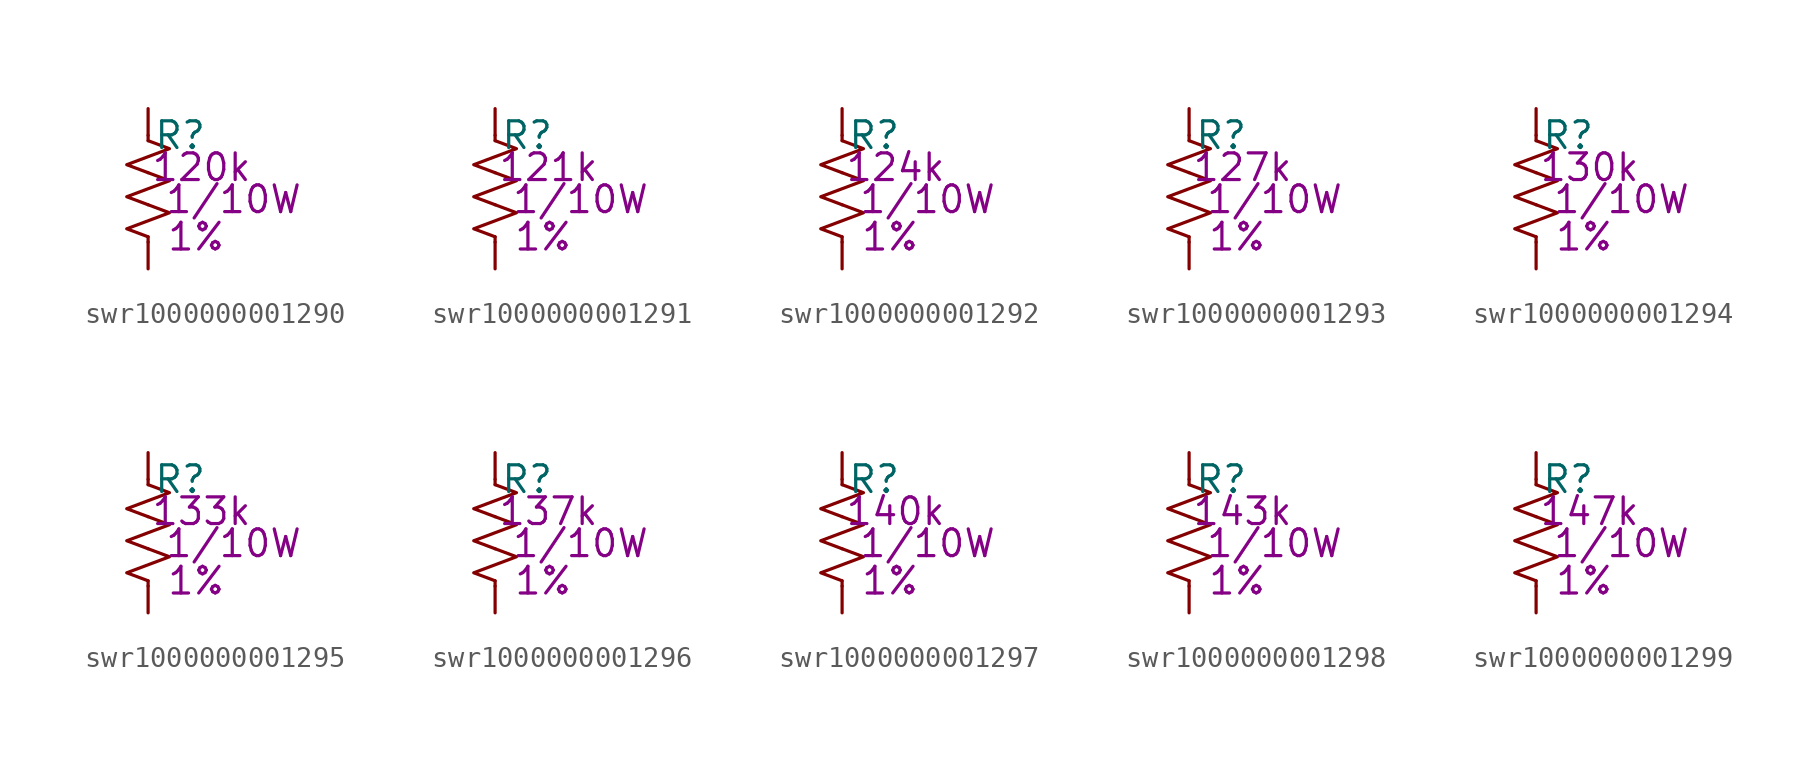
<source format=kicad_sym>
(kicad_symbol_lib
  (version 20211014)
  (generator kicad_symbol_editor)
  (symbol "swr1000000001290"
    (pin_numbers hide)
    (pin_names
      (offset 1.016))
    (property "Reference" "R"
      (at 1.524 2.54 0)
      (effects (font (size 1.27 1.27))))
    (property "PartValue" "120k"
      (at 2.54 1.016 0)
      (effects (font (size 1.27 1.27))))
    (property "Tolerance" "1%"
      (at 2.286 -2.286 0)
      (effects (font (size 1.27 1.27))))
    (property "Wattage" "1/10W"
      (at 4.064 -0.508 0)
      (effects (font (size 1.27 1.27))))
    (symbol "swr1000000001290_1_1"
      (polyline (pts (xy 0 -2.286) (xy 0 -2.54)) (stroke (width 0) (type default) (color 0 0 0 0)) (fill (type none)))
      (polyline (pts (xy 0 2.286) (xy 0 2.54)) (stroke (width 0) (type default) (color 0 0 0 0)) (fill (type none)))
      (polyline (pts (xy 0 -0.762) (xy 1.016 -1.143) (xy 0 -1.524) (xy -1.016 -1.905) (xy 0 -2.286)) (stroke (width 0) (type default) (color 0 0 0 0)) (fill (type none)))
      (polyline (pts (xy 0 0.762) (xy 1.016 0.381) (xy 0 0) (xy -1.016 -0.381) (xy 0 -0.762)) (stroke (width 0) (type default) (color 0 0 0 0)) (fill (type none)))
      (polyline (pts (xy 0 2.286) (xy 1.016 1.905) (xy 0 1.524) (xy -1.016 1.143) (xy 0 0.762)) (stroke (width 0) (type default) (color 0 0 0 0)) (fill (type none)))
      (pin passive line (at 0 3.81 270) (length 1.27) (name "~" (effects (font (size 1.27 1.27)))) (number "1" (effects (font (size 1.27 1.27)))))
      (pin passive line (at 0 -3.81 90) (length 1.27) (name "~" (effects (font (size 1.27 1.27)))) (number "2" (effects (font (size 1.27 1.27)))))))
  (symbol "swr1000000001291"
    (pin_numbers hide)
    (pin_names
      (offset 1.016))
    (property "Reference" "R"
      (at 1.524 2.54 0)
      (effects (font (size 1.27 1.27))))
    (property "PartValue" "121k"
      (at 2.54 1.016 0)
      (effects (font (size 1.27 1.27))))
    (property "Tolerance" "1%"
      (at 2.286 -2.286 0)
      (effects (font (size 1.27 1.27))))
    (property "Wattage" "1/10W"
      (at 4.064 -0.508 0)
      (effects (font (size 1.27 1.27))))
    (symbol "swr1000000001291_1_1"
      (polyline (pts (xy 0 -2.286) (xy 0 -2.54)) (stroke (width 0) (type default) (color 0 0 0 0)) (fill (type none)))
      (polyline (pts (xy 0 2.286) (xy 0 2.54)) (stroke (width 0) (type default) (color 0 0 0 0)) (fill (type none)))
      (polyline (pts (xy 0 -0.762) (xy 1.016 -1.143) (xy 0 -1.524) (xy -1.016 -1.905) (xy 0 -2.286)) (stroke (width 0) (type default) (color 0 0 0 0)) (fill (type none)))
      (polyline (pts (xy 0 0.762) (xy 1.016 0.381) (xy 0 0) (xy -1.016 -0.381) (xy 0 -0.762)) (stroke (width 0) (type default) (color 0 0 0 0)) (fill (type none)))
      (polyline (pts (xy 0 2.286) (xy 1.016 1.905) (xy 0 1.524) (xy -1.016 1.143) (xy 0 0.762)) (stroke (width 0) (type default) (color 0 0 0 0)) (fill (type none)))
      (pin passive line (at 0 3.81 270) (length 1.27) (name "~" (effects (font (size 1.27 1.27)))) (number "1" (effects (font (size 1.27 1.27)))))
      (pin passive line (at 0 -3.81 90) (length 1.27) (name "~" (effects (font (size 1.27 1.27)))) (number "2" (effects (font (size 1.27 1.27)))))))
  (symbol "swr1000000001292"
    (pin_numbers hide)
    (pin_names
      (offset 1.016))
    (property "Reference" "R"
      (at 1.524 2.54 0)
      (effects (font (size 1.27 1.27))))
    (property "PartValue" "124k"
      (at 2.54 1.016 0)
      (effects (font (size 1.27 1.27))))
    (property "Tolerance" "1%"
      (at 2.286 -2.286 0)
      (effects (font (size 1.27 1.27))))
    (property "Wattage" "1/10W"
      (at 4.064 -0.508 0)
      (effects (font (size 1.27 1.27))))
    (symbol "swr1000000001292_1_1"
      (polyline (pts (xy 0 -2.286) (xy 0 -2.54)) (stroke (width 0) (type default) (color 0 0 0 0)) (fill (type none)))
      (polyline (pts (xy 0 2.286) (xy 0 2.54)) (stroke (width 0) (type default) (color 0 0 0 0)) (fill (type none)))
      (polyline (pts (xy 0 -0.762) (xy 1.016 -1.143) (xy 0 -1.524) (xy -1.016 -1.905) (xy 0 -2.286)) (stroke (width 0) (type default) (color 0 0 0 0)) (fill (type none)))
      (polyline (pts (xy 0 0.762) (xy 1.016 0.381) (xy 0 0) (xy -1.016 -0.381) (xy 0 -0.762)) (stroke (width 0) (type default) (color 0 0 0 0)) (fill (type none)))
      (polyline (pts (xy 0 2.286) (xy 1.016 1.905) (xy 0 1.524) (xy -1.016 1.143) (xy 0 0.762)) (stroke (width 0) (type default) (color 0 0 0 0)) (fill (type none)))
      (pin passive line (at 0 3.81 270) (length 1.27) (name "~" (effects (font (size 1.27 1.27)))) (number "1" (effects (font (size 1.27 1.27)))))
      (pin passive line (at 0 -3.81 90) (length 1.27) (name "~" (effects (font (size 1.27 1.27)))) (number "2" (effects (font (size 1.27 1.27)))))))
  (symbol "swr1000000001293"
    (pin_numbers hide)
    (pin_names
      (offset 1.016))
    (property "Reference" "R"
      (at 1.524 2.54 0)
      (effects (font (size 1.27 1.27))))
    (property "PartValue" "127k"
      (at 2.54 1.016 0)
      (effects (font (size 1.27 1.27))))
    (property "Tolerance" "1%"
      (at 2.286 -2.286 0)
      (effects (font (size 1.27 1.27))))
    (property "Wattage" "1/10W"
      (at 4.064 -0.508 0)
      (effects (font (size 1.27 1.27))))
    (symbol "swr1000000001293_1_1"
      (polyline (pts (xy 0 -2.286) (xy 0 -2.54)) (stroke (width 0) (type default) (color 0 0 0 0)) (fill (type none)))
      (polyline (pts (xy 0 2.286) (xy 0 2.54)) (stroke (width 0) (type default) (color 0 0 0 0)) (fill (type none)))
      (polyline (pts (xy 0 -0.762) (xy 1.016 -1.143) (xy 0 -1.524) (xy -1.016 -1.905) (xy 0 -2.286)) (stroke (width 0) (type default) (color 0 0 0 0)) (fill (type none)))
      (polyline (pts (xy 0 0.762) (xy 1.016 0.381) (xy 0 0) (xy -1.016 -0.381) (xy 0 -0.762)) (stroke (width 0) (type default) (color 0 0 0 0)) (fill (type none)))
      (polyline (pts (xy 0 2.286) (xy 1.016 1.905) (xy 0 1.524) (xy -1.016 1.143) (xy 0 0.762)) (stroke (width 0) (type default) (color 0 0 0 0)) (fill (type none)))
      (pin passive line (at 0 3.81 270) (length 1.27) (name "~" (effects (font (size 1.27 1.27)))) (number "1" (effects (font (size 1.27 1.27)))))
      (pin passive line (at 0 -3.81 90) (length 1.27) (name "~" (effects (font (size 1.27 1.27)))) (number "2" (effects (font (size 1.27 1.27)))))))
  (symbol "swr1000000001294"
    (pin_numbers hide)
    (pin_names
      (offset 1.016))
    (property "Reference" "R"
      (at 1.524 2.54 0)
      (effects (font (size 1.27 1.27))))
    (property "PartValue" "130k"
      (at 2.54 1.016 0)
      (effects (font (size 1.27 1.27))))
    (property "Tolerance" "1%"
      (at 2.286 -2.286 0)
      (effects (font (size 1.27 1.27))))
    (property "Wattage" "1/10W"
      (at 4.064 -0.508 0)
      (effects (font (size 1.27 1.27))))
    (symbol "swr1000000001294_1_1"
      (polyline (pts (xy 0 -2.286) (xy 0 -2.54)) (stroke (width 0) (type default) (color 0 0 0 0)) (fill (type none)))
      (polyline (pts (xy 0 2.286) (xy 0 2.54)) (stroke (width 0) (type default) (color 0 0 0 0)) (fill (type none)))
      (polyline (pts (xy 0 -0.762) (xy 1.016 -1.143) (xy 0 -1.524) (xy -1.016 -1.905) (xy 0 -2.286)) (stroke (width 0) (type default) (color 0 0 0 0)) (fill (type none)))
      (polyline (pts (xy 0 0.762) (xy 1.016 0.381) (xy 0 0) (xy -1.016 -0.381) (xy 0 -0.762)) (stroke (width 0) (type default) (color 0 0 0 0)) (fill (type none)))
      (polyline (pts (xy 0 2.286) (xy 1.016 1.905) (xy 0 1.524) (xy -1.016 1.143) (xy 0 0.762)) (stroke (width 0) (type default) (color 0 0 0 0)) (fill (type none)))
      (pin passive line (at 0 3.81 270) (length 1.27) (name "~" (effects (font (size 1.27 1.27)))) (number "1" (effects (font (size 1.27 1.27)))))
      (pin passive line (at 0 -3.81 90) (length 1.27) (name "~" (effects (font (size 1.27 1.27)))) (number "2" (effects (font (size 1.27 1.27)))))))
  (symbol "swr1000000001295"
    (pin_numbers hide)
    (pin_names
      (offset 1.016))
    (property "Reference" "R"
      (at 1.524 2.54 0)
      (effects (font (size 1.27 1.27))))
    (property "PartValue" "133k"
      (at 2.54 1.016 0)
      (effects (font (size 1.27 1.27))))
    (property "Tolerance" "1%"
      (at 2.286 -2.286 0)
      (effects (font (size 1.27 1.27))))
    (property "Wattage" "1/10W"
      (at 4.064 -0.508 0)
      (effects (font (size 1.27 1.27))))
    (symbol "swr1000000001295_1_1"
      (polyline (pts (xy 0 -2.286) (xy 0 -2.54)) (stroke (width 0) (type default) (color 0 0 0 0)) (fill (type none)))
      (polyline (pts (xy 0 2.286) (xy 0 2.54)) (stroke (width 0) (type default) (color 0 0 0 0)) (fill (type none)))
      (polyline (pts (xy 0 -0.762) (xy 1.016 -1.143) (xy 0 -1.524) (xy -1.016 -1.905) (xy 0 -2.286)) (stroke (width 0) (type default) (color 0 0 0 0)) (fill (type none)))
      (polyline (pts (xy 0 0.762) (xy 1.016 0.381) (xy 0 0) (xy -1.016 -0.381) (xy 0 -0.762)) (stroke (width 0) (type default) (color 0 0 0 0)) (fill (type none)))
      (polyline (pts (xy 0 2.286) (xy 1.016 1.905) (xy 0 1.524) (xy -1.016 1.143) (xy 0 0.762)) (stroke (width 0) (type default) (color 0 0 0 0)) (fill (type none)))
      (pin passive line (at 0 3.81 270) (length 1.27) (name "~" (effects (font (size 1.27 1.27)))) (number "1" (effects (font (size 1.27 1.27)))))
      (pin passive line (at 0 -3.81 90) (length 1.27) (name "~" (effects (font (size 1.27 1.27)))) (number "2" (effects (font (size 1.27 1.27)))))))
  (symbol "swr1000000001296"
    (pin_numbers hide)
    (pin_names
      (offset 1.016))
    (property "Reference" "R"
      (at 1.524 2.54 0)
      (effects (font (size 1.27 1.27))))
    (property "PartValue" "137k"
      (at 2.54 1.016 0)
      (effects (font (size 1.27 1.27))))
    (property "Tolerance" "1%"
      (at 2.286 -2.286 0)
      (effects (font (size 1.27 1.27))))
    (property "Wattage" "1/10W"
      (at 4.064 -0.508 0)
      (effects (font (size 1.27 1.27))))
    (symbol "swr1000000001296_1_1"
      (polyline (pts (xy 0 -2.286) (xy 0 -2.54)) (stroke (width 0) (type default) (color 0 0 0 0)) (fill (type none)))
      (polyline (pts (xy 0 2.286) (xy 0 2.54)) (stroke (width 0) (type default) (color 0 0 0 0)) (fill (type none)))
      (polyline (pts (xy 0 -0.762) (xy 1.016 -1.143) (xy 0 -1.524) (xy -1.016 -1.905) (xy 0 -2.286)) (stroke (width 0) (type default) (color 0 0 0 0)) (fill (type none)))
      (polyline (pts (xy 0 0.762) (xy 1.016 0.381) (xy 0 0) (xy -1.016 -0.381) (xy 0 -0.762)) (stroke (width 0) (type default) (color 0 0 0 0)) (fill (type none)))
      (polyline (pts (xy 0 2.286) (xy 1.016 1.905) (xy 0 1.524) (xy -1.016 1.143) (xy 0 0.762)) (stroke (width 0) (type default) (color 0 0 0 0)) (fill (type none)))
      (pin passive line (at 0 3.81 270) (length 1.27) (name "~" (effects (font (size 1.27 1.27)))) (number "1" (effects (font (size 1.27 1.27)))))
      (pin passive line (at 0 -3.81 90) (length 1.27) (name "~" (effects (font (size 1.27 1.27)))) (number "2" (effects (font (size 1.27 1.27)))))))
  (symbol "swr1000000001297"
    (pin_numbers hide)
    (pin_names
      (offset 1.016))
    (property "Reference" "R"
      (at 1.524 2.54 0)
      (effects (font (size 1.27 1.27))))
    (property "PartValue" "140k"
      (at 2.54 1.016 0)
      (effects (font (size 1.27 1.27))))
    (property "Tolerance" "1%"
      (at 2.286 -2.286 0)
      (effects (font (size 1.27 1.27))))
    (property "Wattage" "1/10W"
      (at 4.064 -0.508 0)
      (effects (font (size 1.27 1.27))))
    (symbol "swr1000000001297_1_1"
      (polyline (pts (xy 0 -2.286) (xy 0 -2.54)) (stroke (width 0) (type default) (color 0 0 0 0)) (fill (type none)))
      (polyline (pts (xy 0 2.286) (xy 0 2.54)) (stroke (width 0) (type default) (color 0 0 0 0)) (fill (type none)))
      (polyline (pts (xy 0 -0.762) (xy 1.016 -1.143) (xy 0 -1.524) (xy -1.016 -1.905) (xy 0 -2.286)) (stroke (width 0) (type default) (color 0 0 0 0)) (fill (type none)))
      (polyline (pts (xy 0 0.762) (xy 1.016 0.381) (xy 0 0) (xy -1.016 -0.381) (xy 0 -0.762)) (stroke (width 0) (type default) (color 0 0 0 0)) (fill (type none)))
      (polyline (pts (xy 0 2.286) (xy 1.016 1.905) (xy 0 1.524) (xy -1.016 1.143) (xy 0 0.762)) (stroke (width 0) (type default) (color 0 0 0 0)) (fill (type none)))
      (pin passive line (at 0 3.81 270) (length 1.27) (name "~" (effects (font (size 1.27 1.27)))) (number "1" (effects (font (size 1.27 1.27)))))
      (pin passive line (at 0 -3.81 90) (length 1.27) (name "~" (effects (font (size 1.27 1.27)))) (number "2" (effects (font (size 1.27 1.27)))))))
  (symbol "swr1000000001298"
    (pin_numbers hide)
    (pin_names
      (offset 1.016))
    (property "Reference" "R"
      (at 1.524 2.54 0)
      (effects (font (size 1.27 1.27))))
    (property "PartValue" "143k"
      (at 2.54 1.016 0)
      (effects (font (size 1.27 1.27))))
    (property "Tolerance" "1%"
      (at 2.286 -2.286 0)
      (effects (font (size 1.27 1.27))))
    (property "Wattage" "1/10W"
      (at 4.064 -0.508 0)
      (effects (font (size 1.27 1.27))))
    (symbol "swr1000000001298_1_1"
      (polyline (pts (xy 0 -2.286) (xy 0 -2.54)) (stroke (width 0) (type default) (color 0 0 0 0)) (fill (type none)))
      (polyline (pts (xy 0 2.286) (xy 0 2.54)) (stroke (width 0) (type default) (color 0 0 0 0)) (fill (type none)))
      (polyline (pts (xy 0 -0.762) (xy 1.016 -1.143) (xy 0 -1.524) (xy -1.016 -1.905) (xy 0 -2.286)) (stroke (width 0) (type default) (color 0 0 0 0)) (fill (type none)))
      (polyline (pts (xy 0 0.762) (xy 1.016 0.381) (xy 0 0) (xy -1.016 -0.381) (xy 0 -0.762)) (stroke (width 0) (type default) (color 0 0 0 0)) (fill (type none)))
      (polyline (pts (xy 0 2.286) (xy 1.016 1.905) (xy 0 1.524) (xy -1.016 1.143) (xy 0 0.762)) (stroke (width 0) (type default) (color 0 0 0 0)) (fill (type none)))
      (pin passive line (at 0 3.81 270) (length 1.27) (name "~" (effects (font (size 1.27 1.27)))) (number "1" (effects (font (size 1.27 1.27)))))
      (pin passive line (at 0 -3.81 90) (length 1.27) (name "~" (effects (font (size 1.27 1.27)))) (number "2" (effects (font (size 1.27 1.27)))))))
  (symbol "swr1000000001299"
    (pin_numbers hide)
    (pin_names
      (offset 1.016))
    (property "Reference" "R"
      (at 1.524 2.54 0)
      (effects (font (size 1.27 1.27))))
    (property "PartValue" "147k"
      (at 2.54 1.016 0)
      (effects (font (size 1.27 1.27))))
    (property "Tolerance" "1%"
      (at 2.286 -2.286 0)
      (effects (font (size 1.27 1.27))))
    (property "Wattage" "1/10W"
      (at 4.064 -0.508 0)
      (effects (font (size 1.27 1.27))))
    (symbol "swr1000000001299_1_1"
      (polyline (pts (xy 0 -2.286) (xy 0 -2.54)) (stroke (width 0) (type default) (color 0 0 0 0)) (fill (type none)))
      (polyline (pts (xy 0 2.286) (xy 0 2.54)) (stroke (width 0) (type default) (color 0 0 0 0)) (fill (type none)))
      (polyline (pts (xy 0 -0.762) (xy 1.016 -1.143) (xy 0 -1.524) (xy -1.016 -1.905) (xy 0 -2.286)) (stroke (width 0) (type default) (color 0 0 0 0)) (fill (type none)))
      (polyline (pts (xy 0 0.762) (xy 1.016 0.381) (xy 0 0) (xy -1.016 -0.381) (xy 0 -0.762)) (stroke (width 0) (type default) (color 0 0 0 0)) (fill (type none)))
      (polyline (pts (xy 0 2.286) (xy 1.016 1.905) (xy 0 1.524) (xy -1.016 1.143) (xy 0 0.762)) (stroke (width 0) (type default) (color 0 0 0 0)) (fill (type none)))
      (pin passive line (at 0 3.81 270) (length 1.27) (name "~" (effects (font (size 1.27 1.27)))) (number "1" (effects (font (size 1.27 1.27)))))
      (pin passive line (at 0 -3.81 90) (length 1.27) (name "~" (effects (font (size 1.27 1.27)))) (number "2" (effects (font (size 1.27 1.27))))))))
</source>
